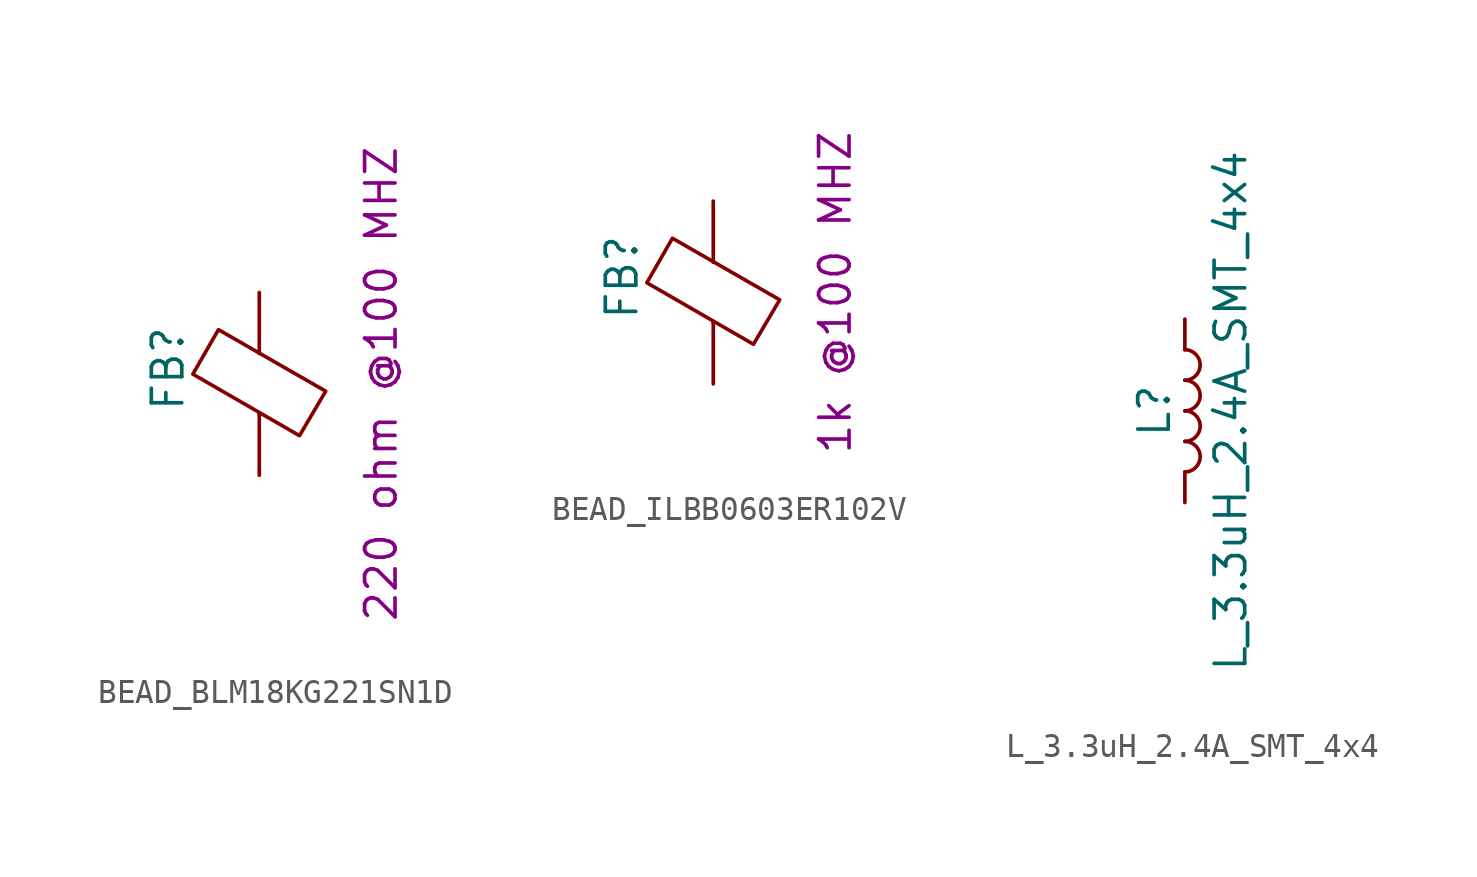
<source format=kicad_sym>
(kicad_symbol_lib
  (version 20211014)
  (generator kicad_symbol_editor)
  (symbol "BEAD_BLM18KG221SN1D"
    (pin_numbers hide)
    (pin_names
      (offset 0))
    (property "Reference" "FB"
      (at -3.81 0.635 90)
      (effects (font (size 1.27 1.27))))
    (property "Impedance" "220 ohm @100 MHZ"
      (at 5.08 0 90)
      (effects (font (size 1.27 1.27))))
    (symbol "BEAD_BLM18KG221SN1D_0_1"
      (polyline (pts (xy 0 -1.27) (xy 0 -1.219)) (stroke (width 0) (type default) (color 0 0 0 0)) (fill (type none)))
      (polyline (pts (xy 0 1.27) (xy 0 1.295)) (stroke (width 0) (type default) (color 0 0 0 0)) (fill (type none)))
      (polyline (pts (xy -2.769 0.406) (xy -1.702 2.261) (xy 2.769 -0.305) (xy 1.676 -2.159) (xy -2.769 0.406)) (stroke (width 0) (type default) (color 0 0 0 0)) (fill (type none))))
    (symbol "BEAD_BLM18KG221SN1D_1_1"
      (pin passive line (at 0 3.81 270) (length 2.54) (name "~" (effects (font (size 1.27 1.27)))) (number "1" (effects (font (size 1.27 1.27)))))
      (pin passive line (at 0 -3.81 90) (length 2.54) (name "~" (effects (font (size 1.27 1.27)))) (number "2" (effects (font (size 1.27 1.27)))))))
  (symbol "BEAD_ILBB0603ER102V"
    (pin_numbers hide)
    (pin_names
      (offset 0))
    (property "Reference" "FB"
      (at -3.81 0.635 90)
      (effects (font (size 1.27 1.27))))
    (property "Impedance" "1k @100 MHZ"
      (at 5.08 0 90)
      (effects (font (size 1.27 1.27))))
    (symbol "BEAD_ILBB0603ER102V_0_1"
      (polyline (pts (xy 0 -1.27) (xy 0 -1.219)) (stroke (width 0) (type default) (color 0 0 0 0)) (fill (type none)))
      (polyline (pts (xy 0 1.27) (xy 0 1.295)) (stroke (width 0) (type default) (color 0 0 0 0)) (fill (type none)))
      (polyline (pts (xy -2.769 0.406) (xy -1.702 2.261) (xy 2.769 -0.305) (xy 1.676 -2.159) (xy -2.769 0.406)) (stroke (width 0) (type default) (color 0 0 0 0)) (fill (type none))))
    (symbol "BEAD_ILBB0603ER102V_1_1"
      (pin passive line (at 0 3.81 270) (length 2.54) (name "~" (effects (font (size 1.27 1.27)))) (number "1" (effects (font (size 1.27 1.27)))))
      (pin passive line (at 0 -3.81 90) (length 2.54) (name "~" (effects (font (size 1.27 1.27)))) (number "2" (effects (font (size 1.27 1.27)))))))
  (symbol "L_3.3uH_2.4A_SMT_4x4"
    (pin_numbers hide)
    (pin_names
      (offset 1.016) hide)
    (property "Reference" "L"
      (at -1.27 0 90)
      (effects (font (size 1.27 1.27))))
    (property "Value" "L_3.3uH_2.4A_SMT_4x4"
      (at 1.905 0 90)
      (effects (font (size 1.27 1.27))))
    (symbol "L_3.3uH_2.4A_SMT_4x4_0_1"
      (arc (start 0 -2.54) (mid 0.635 -1.905) (end 0 -1.27) (stroke (width 0) (type default) (color 0 0 0 0)) (fill (type none)))
      (arc (start 0 -1.27) (mid 0.635 -0.635) (end 0 0) (stroke (width 0) (type default) (color 0 0 0 0)) (fill (type none)))
      (arc (start 0 0) (mid 0.635 0.635) (end 0 1.27) (stroke (width 0) (type default) (color 0 0 0 0)) (fill (type none)))
      (arc (start 0 1.27) (mid 0.635 1.905) (end 0 2.54) (stroke (width 0) (type default) (color 0 0 0 0)) (fill (type none))))
    (symbol "L_3.3uH_2.4A_SMT_4x4_1_1"
      (pin passive line (at 0 3.81 270) (length 1.27) (name "1" (effects (font (size 1.27 1.27)))) (number "1" (effects (font (size 1.27 1.27)))))
      (pin passive line (at 0 -3.81 90) (length 1.27) (name "2" (effects (font (size 1.27 1.27)))) (number "2" (effects (font (size 1.27 1.27))))))))
</source>
